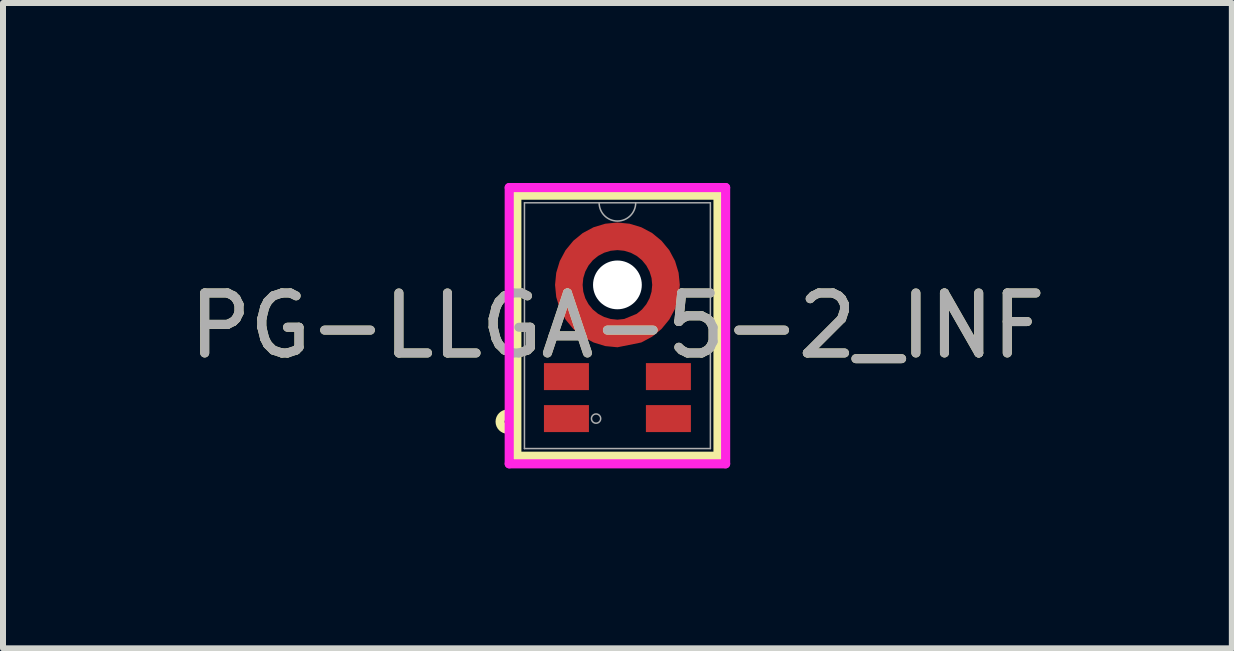
<source format=kicad_pcb>
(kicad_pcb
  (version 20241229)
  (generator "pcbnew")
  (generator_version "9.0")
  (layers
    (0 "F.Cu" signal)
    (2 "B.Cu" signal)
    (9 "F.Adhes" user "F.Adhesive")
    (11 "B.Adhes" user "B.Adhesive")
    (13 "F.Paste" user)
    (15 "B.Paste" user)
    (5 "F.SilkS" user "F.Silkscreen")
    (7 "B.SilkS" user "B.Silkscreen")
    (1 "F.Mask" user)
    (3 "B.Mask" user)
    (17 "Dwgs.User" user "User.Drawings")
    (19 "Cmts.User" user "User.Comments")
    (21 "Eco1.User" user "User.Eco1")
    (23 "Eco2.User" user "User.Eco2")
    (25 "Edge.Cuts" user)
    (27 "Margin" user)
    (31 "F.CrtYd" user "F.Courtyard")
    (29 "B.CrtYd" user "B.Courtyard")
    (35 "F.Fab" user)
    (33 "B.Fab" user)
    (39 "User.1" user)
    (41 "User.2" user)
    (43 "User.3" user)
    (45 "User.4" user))
  (footprint "PG-LLGA-5-2_INF"
    (layer "F.Cu")
    (at 7.244 2.38)
    (property "Reference" "PG-LLGA-5-2_INF" (at 0 0 0) (unlocked yes) (layer "F.SilkS") (effects (font (size 1 1) (thickness 0.15))))
    (attr smd)
    (fp_poly (pts (xy 0 -1.72) (xy 0.203 -1.7) (xy 0.398 -1.641) (xy 0.578 -1.545) (xy 0.735 -1.415) (xy 0.865 -1.258) (xy 0.961 -1.078) (xy 1.02 -0.883) (xy 1.04 -0.68) (xy 1.02 -0.477) (xy 0.961 -0.282) (xy 0.865 -0.102) (xy 0.735 0.055) (xy 0.578 0.185) (xy 0.398 0.281) (xy 0 0.36) (xy -0.203 0.34) (xy -0.398 0.281) (xy -0.578 0.185) (xy -0.735 0.055) (xy -0.865 -0.102) (xy -0.961 -0.282) (xy -1.02 -0.477) (xy -1.04 -0.68) (xy -1.02 -0.883) (xy -0.961 -1.078) (xy -0.865 -1.258) (xy -0.735 -1.415) (xy -0.578 -1.545) (xy -0.398 -1.641) (xy -0.203 -1.7) (xy 0 -1.72) (xy 0 -1.26) (xy -0.113 -1.249) (xy -0.222 -1.216) (xy -0.322 -1.162) (xy -0.41 -1.09) (xy -0.482 -1.002) (xy -0.536 -0.902) (xy -0.569 -0.793) (xy -0.58 -0.68) (xy -0.569 -0.567) (xy -0.536 -0.458) (xy -0.482 -0.358) (xy -0.41 -0.27) (xy -0.322 -0.198) (xy -0.222 -0.144) (xy -0.113 -0.111) (xy 0 -0.1) (xy 0.113 -0.111) (xy 0.322 -0.198) (xy 0.41 -0.27) (xy 0.482 -0.358) (xy 0.536 -0.458) (xy 0.569 -0.567) (xy 0.58 -0.68) (xy 0.569 -0.793) (xy 0.536 -0.902) (xy 0.482 -1.002) (xy 0.41 -1.09) (xy 0.322 -1.162) (xy 0.222 -1.216) (xy 0.113 -1.249) (xy 0 -1.26)) (stroke (width 0) (type solid)) (fill yes) (layer "F.Mask"))
    (fp_line (start -1.677 -2.176) (end 1.677 -2.176) (stroke (width 0.152) (type solid)) (layer "F.SilkS"))
    (fp_line (start -1.677 2.176) (end -1.677 -2.176) (stroke (width 0.152) (type solid)) (layer "F.SilkS"))
    (fp_line (start 1.677 -2.176) (end 1.677 2.176) (stroke (width 0.152) (type solid)) (layer "F.SilkS"))
    (fp_line (start 1.677 2.176) (end -1.677 2.176) (stroke (width 0.152) (type solid)) (layer "F.SilkS"))
    (fp_circle (center -1.829 1.6) (end -1.702 1.6) (stroke (width 0.152) (type solid)) (fill no) (layer "F.SilkS"))
    (fp_poly (pts (xy -1.175 0.699) (xy -1.174 0.691) (xy -1.173 0.684) (xy -1.17 0.676) (xy -1.165 0.67) (xy -1.16 0.664) (xy -1.154 0.659) (xy -1.148 0.654) (xy -1.14 0.651) (xy -1.133 0.65) (xy -1.125 0.649) (xy -0.575 0.649) (xy -0.567 0.65) (xy -0.56 0.651) (xy -0.552 0.654) (xy -0.546 0.659) (xy -0.54 0.664) (xy -0.535 0.67) (xy -0.53 0.676) (xy -0.527 0.684) (xy -0.526 0.691) (xy -0.525 0.699) (xy -0.525 0.999) (xy -0.526 1.007) (xy -0.527 1.014) (xy -0.53 1.022) (xy -0.535 1.028) (xy -0.54 1.034) (xy -0.546 1.039) (xy -0.552 1.044) (xy -0.56 1.047) (xy -0.567 1.048) (xy -0.575 1.049) (xy -1.125 1.049) (xy -1.133 1.048) (xy -1.14 1.047) (xy -1.148 1.044) (xy -1.154 1.039) (xy -1.16 1.034) (xy -1.165 1.028) (xy -1.17 1.022) (xy -1.173 1.014) (xy -1.174 1.007) (xy -1.175 0.999)) (stroke (width 0) (type solid)) (fill yes) (layer "F.Paste"))
    (fp_poly (pts (xy -1.175 1.399) (xy -1.174 1.391) (xy -1.173 1.384) (xy -1.17 1.376) (xy -1.165 1.37) (xy -1.16 1.364) (xy -1.154 1.359) (xy -1.148 1.354) (xy -1.14 1.351) (xy -1.133 1.35) (xy -1.125 1.349) (xy -0.575 1.349) (xy -0.567 1.35) (xy -0.56 1.351) (xy -0.552 1.354) (xy -0.546 1.359) (xy -0.54 1.364) (xy -0.535 1.37) (xy -0.53 1.376) (xy -0.527 1.384) (xy -0.526 1.391) (xy -0.525 1.399) (xy -0.525 1.699) (xy -0.526 1.707) (xy -0.527 1.714) (xy -0.53 1.722) (xy -0.535 1.728) (xy -0.54 1.734) (xy -0.546 1.739) (xy -0.552 1.744) (xy -0.56 1.747) (xy -0.567 1.748) (xy -0.575 1.749) (xy -1.125 1.749) (xy -1.133 1.748) (xy -1.14 1.747) (xy -1.148 1.744) (xy -1.154 1.739) (xy -1.16 1.734) (xy -1.165 1.728) (xy -1.17 1.722) (xy -1.173 1.714) (xy -1.174 1.707) (xy -1.175 1.699)) (stroke (width 0) (type solid)) (fill yes) (layer "F.Paste"))
    (fp_poly (pts (xy 0.525 0.699) (xy 0.526 0.691) (xy 0.527 0.684) (xy 0.53 0.676) (xy 0.535 0.67) (xy 0.54 0.664) (xy 0.546 0.659) (xy 0.552 0.654) (xy 0.56 0.651) (xy 0.567 0.65) (xy 0.575 0.649) (xy 1.125 0.649) (xy 1.133 0.65) (xy 1.14 0.651) (xy 1.148 0.654) (xy 1.154 0.659) (xy 1.16 0.664) (xy 1.165 0.67) (xy 1.17 0.676) (xy 1.173 0.684) (xy 1.174 0.691) (xy 1.175 0.699) (xy 1.175 0.999) (xy 1.174 1.007) (xy 1.173 1.014) (xy 1.17 1.022) (xy 1.165 1.028) (xy 1.16 1.034) (xy 1.154 1.039) (xy 1.148 1.044) (xy 1.14 1.047) (xy 1.133 1.048) (xy 1.125 1.049) (xy 0.575 1.049) (xy 0.567 1.048) (xy 0.56 1.047) (xy 0.552 1.044) (xy 0.546 1.039) (xy 0.54 1.034) (xy 0.535 1.028) (xy 0.53 1.022) (xy 0.527 1.014) (xy 0.526 1.007) (xy 0.525 0.999)) (stroke (width 0) (type solid)) (fill yes) (layer "F.Paste"))
    (fp_poly (pts (xy 0.525 1.399) (xy 0.526 1.391) (xy 0.527 1.384) (xy 0.53 1.376) (xy 0.535 1.37) (xy 0.54 1.364) (xy 0.546 1.359) (xy 0.552 1.354) (xy 0.56 1.351) (xy 0.567 1.35) (xy 0.575 1.349) (xy 1.125 1.349) (xy 1.133 1.35) (xy 1.14 1.351) (xy 1.148 1.354) (xy 1.154 1.359) (xy 1.16 1.364) (xy 1.165 1.37) (xy 1.17 1.376) (xy 1.173 1.384) (xy 1.174 1.391) (xy 1.175 1.399) (xy 1.175 1.699) (xy 1.174 1.707) (xy 1.173 1.714) (xy 1.17 1.722) (xy 1.165 1.728) (xy 1.16 1.734) (xy 1.154 1.739) (xy 1.148 1.744) (xy 1.14 1.747) (xy 1.133 1.748) (xy 1.125 1.749) (xy 0.575 1.749) (xy 0.567 1.748) (xy 0.56 1.747) (xy 0.552 1.744) (xy 0.546 1.739) (xy 0.54 1.734) (xy 0.535 1.728) (xy 0.53 1.722) (xy 0.527 1.714) (xy 0.526 1.707) (xy 0.525 1.699)) (stroke (width 0) (type solid)) (fill yes) (layer "F.Paste"))
    (fp_poly (pts (xy 0 -1.72) (xy 0.203 -1.7) (xy 0.398 -1.641) (xy 0.578 -1.545) (xy 0.735 -1.415) (xy 0.865 -1.258) (xy 0.961 -1.078) (xy 1.02 -0.883) (xy 1.04 -0.68) (xy 1.02 -0.477) (xy 0.961 -0.282) (xy 0.865 -0.102) (xy 0.735 0.055) (xy 0.578 0.185) (xy 0.398 0.281) (xy 0 0.36) (xy -0.203 0.34) (xy -0.398 0.281) (xy -0.578 0.185) (xy -0.735 0.055) (xy -0.865 -0.102) (xy -0.961 -0.282) (xy -1.02 -0.477) (xy -1.04 -0.68) (xy -1.02 -0.883) (xy -0.961 -1.078) (xy -0.865 -1.258) (xy -0.735 -1.415) (xy -0.578 -1.545) (xy -0.398 -1.641) (xy -0.203 -1.7) (xy 0 -1.72) (xy 0 -1.26) (xy -0.113 -1.249) (xy -0.222 -1.216) (xy -0.322 -1.162) (xy -0.41 -1.09) (xy -0.482 -1.002) (xy -0.536 -0.902) (xy -0.569 -0.793) (xy -0.58 -0.68) (xy -0.569 -0.567) (xy -0.536 -0.458) (xy -0.482 -0.358) (xy -0.41 -0.27) (xy -0.322 -0.198) (xy -0.222 -0.144) (xy -0.113 -0.111) (xy 0 -0.1) (xy 0.113 -0.111) (xy 0.322 -0.198) (xy 0.41 -0.27) (xy 0.482 -0.358) (xy 0.536 -0.458) (xy 0.569 -0.567) (xy 0.58 -0.68) (xy 0.569 -0.793) (xy 0.536 -0.902) (xy 0.482 -1.002) (xy 0.41 -1.09) (xy 0.322 -1.162) (xy 0.222 -1.216) (xy 0.113 -1.249) (xy 0 -1.26)) (stroke (width 0) (type solid)) (fill yes) (layer "F.Paste"))
    (fp_line (start -1.804 -2.303) (end -1.804 2.303) (stroke (width 0.152) (type solid)) (layer "F.CrtYd"))
    (fp_line (start -1.804 2.303) (end 1.804 2.303) (stroke (width 0.152) (type solid)) (layer "F.CrtYd"))
    (fp_line (start 1.804 -2.303) (end -1.804 -2.303) (stroke (width 0.152) (type solid)) (layer "F.CrtYd"))
    (fp_line (start 1.804 2.303) (end 1.804 -2.303) (stroke (width 0.152) (type solid)) (layer "F.CrtYd"))
    (fp_line (start -1.55 -2.049) (end -1.55 2.049) (stroke (width 0.025) (type solid)) (layer "F.Fab"))
    (fp_line (start -1.55 2.049) (end 1.55 2.049) (stroke (width 0.025) (type solid)) (layer "F.Fab"))
    (fp_line (start 1.55 -2.049) (end -1.55 -2.049) (stroke (width 0.025) (type solid)) (layer "F.Fab"))
    (fp_line (start 1.55 2.049) (end 1.55 -2.049) (stroke (width 0.025) (type solid)) (layer "F.Fab"))
    (fp_arc (start 0.3048 -2.0494) (mid 0 -1.7446) (end -0.3048 -2.0494) (stroke (width 0.0254) (type solid)) (layer "F.Fab"))
    (fp_circle (center -0.356 1.549) (end -0.279 1.549) (stroke (width 0.025) (type solid)) (fill no) (layer "F.Fab"))
    (fp_text user "${REFERENCE}" (at 0 0 0) (unlocked yes) (layer "F.Fab") (effects (font (size 1 1) (thickness 0.15))))
    (pad "" np_thru_hole circle (at 0 -0.68) (size 0.813 0.813) (drill 0.813) (layers "*.Cu" "*.Mask"))
    (pad "1" smd rect (at -0.85 1.549) (size 0.75 0.45) (layers "F.Cu" "F.Mask"))
    (pad "2" smd rect (at -0.85 0.849) (size 0.75 0.45) (layers "F.Cu" "F.Mask"))
    (pad "3" smd rect (at 0.85 1.549) (size 0.75 0.45) (layers "F.Cu" "F.Mask"))
    (pad "4" smd rect (at 0.85 0.849) (size 0.75 0.45) (layers "F.Cu" "F.Mask"))
    (pad "5" smd custom (at 0 -1.499) (size 0.127 0.127) (layers "F.Cu" "F.Mask" "F.Paste") (options (anchor rect)) (primitives (gr_poly (pts (xy 0.000077 -0.221) (xy 0.203 -0.201) (xy 0.398 -0.142) (xy 0.578 -0.046) (xy 0.735 0.083) (xy 0.865 0.241) (xy 0.961 0.421) (xy 1.02 0.616) (xy 1.04 0.819) (xy 1.02 1.021) (xy 0.961 1.217) (xy 0.865 1.396) (xy 0.735 1.554) (xy 0.578 1.683) (xy 0.398 1.779) (xy 0.000077 1.859) (xy -0.203 1.839) (xy -0.398 1.779) (xy -0.578 1.683) (xy -0.735 1.554) (xy -0.865 1.396) (xy -0.961 1.217) (xy -1.02 1.021) (xy -1.04 0.819) (xy -1.02 0.616) (xy -0.961 0.421) (xy -0.865 0.241) (xy -0.735 0.083) (xy -0.578 -0.046) (xy -0.398 -0.142) (xy -0.203 -0.201) (xy 0.000077 -0.221) (xy 0.000077 0.239) (xy -0.113 0.25) (xy -0.222 0.283) (xy -0.322 0.336) (xy -0.41 0.408) (xy -0.482 0.496) (xy -0.536 0.597) (xy -0.569 0.705) (xy -0.58 0.819) (xy -0.569 0.932) (xy -0.536 1.041) (xy -0.482 1.141) (xy -0.41 1.229) (xy -0.322 1.301) (xy -0.222 1.354) (xy -0.113 1.387) (xy 0.000077 1.399) (xy 0.113 1.387) (xy 0.322 1.301) (xy 0.41 1.229) (xy 0.482 1.141) (xy 0.536 1.041) (xy 0.569 0.932) (xy 0.58 0.819) (xy 0.569 0.705) (xy 0.536 0.597) (xy 0.482 0.496) (xy 0.41 0.408) (xy 0.322 0.336) (xy 0.222 0.283) (xy 0.113 0.25) (xy 0.000077 0.239)) (width 0) (fill yes)))))
  (gr_rect
    (start -3 -3)
    (end 17.488 7.759)
    (stroke (width 0.1) (type default))
    (fill no)
    (layer "Edge.Cuts")))
</source>
